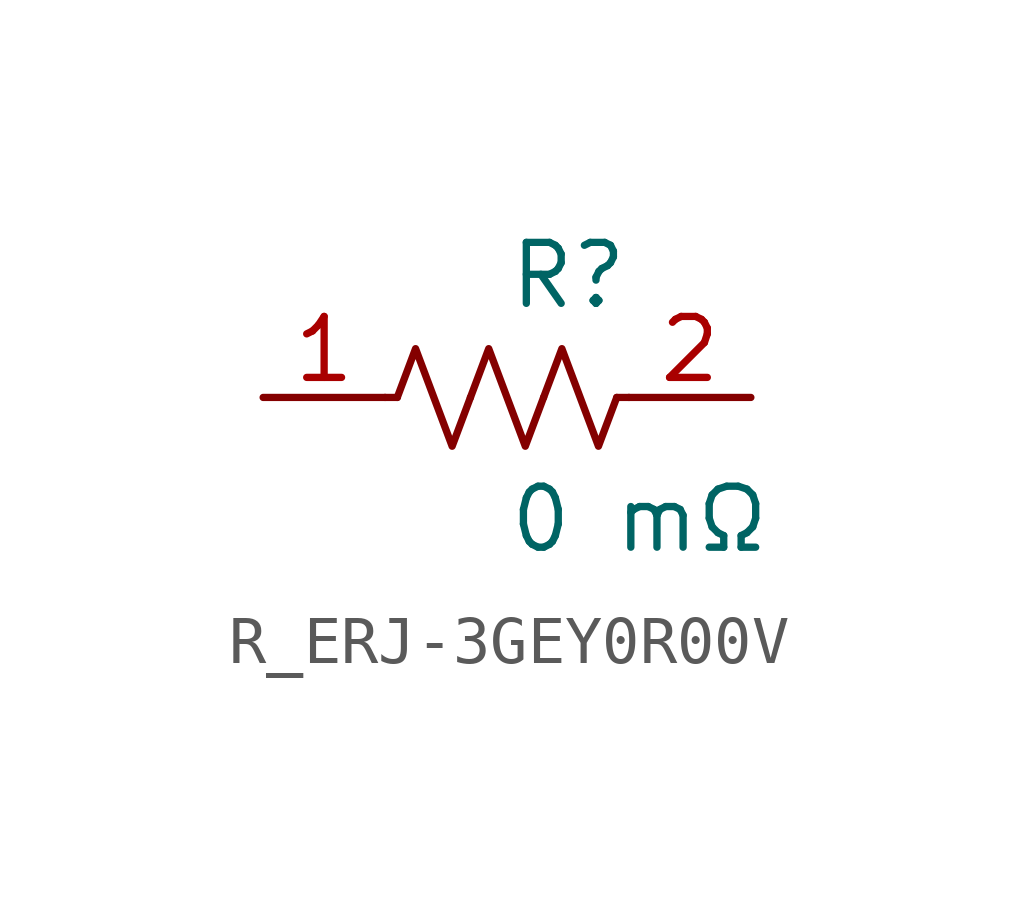
<source format=kicad_sym>
(kicad_symbol_lib
  (version 20231120)
  (generator kicad_symbol_editor)
  (generator_version 8.0)
  (symbol "R_ERJ-3GEY0R00V"
    (pin_names
      (offset 0.254))
    (property "Reference" "R"
      (at 0 2.54 0)
      (effects (font (size 1.27 1.27)) (justify left)))
    (property "Value" "0 mΩ"
      (at 0 -2.54 0)
      (effects (font (size 1.27 1.27)) (justify left)))
    (symbol "R_ERJ-3GEY0R00V_0_1"
      (polyline (pts (xy 2.286 0) (xy 2.54 0)) (stroke (width 0) (type default)) (fill (type none)))
      (polyline (pts (xy -2.286 0) (xy -2.54 0)) (stroke (width 0) (type default)) (fill (type none)))
      (polyline (pts (xy 0.762 0) (xy 1.143 1.016) (xy 1.524 0) (xy 1.905 -1.016) (xy 2.286 0)) (stroke (width 0) (type default)) (fill (type none)))
      (polyline (pts (xy -0.762 0) (xy -0.381 1.016) (xy 0 0) (xy 0.381 -1.016) (xy 0.762 0)) (stroke (width 0) (type default)) (fill (type none)))
      (polyline (pts (xy -2.286 0) (xy -1.905 1.016) (xy -1.524 0) (xy -1.143 -1.016) (xy -0.762 0)) (stroke (width 0) (type default)) (fill (type none))))
    (pin passive line
      (at -5.08 0 0)
      (length 2.54)
      (name "" (effects (font (size 1.27 1.27))))
      (number "1" (effects (font (size 1.27 1.27)))))
    (pin passive line
      (at 5.08 0 180)
      (length 2.54)
      (name "" (effects (font (size 1.27 1.27))))
      (number "2" (effects (font (size 1.27 1.27)))))))
</source>
